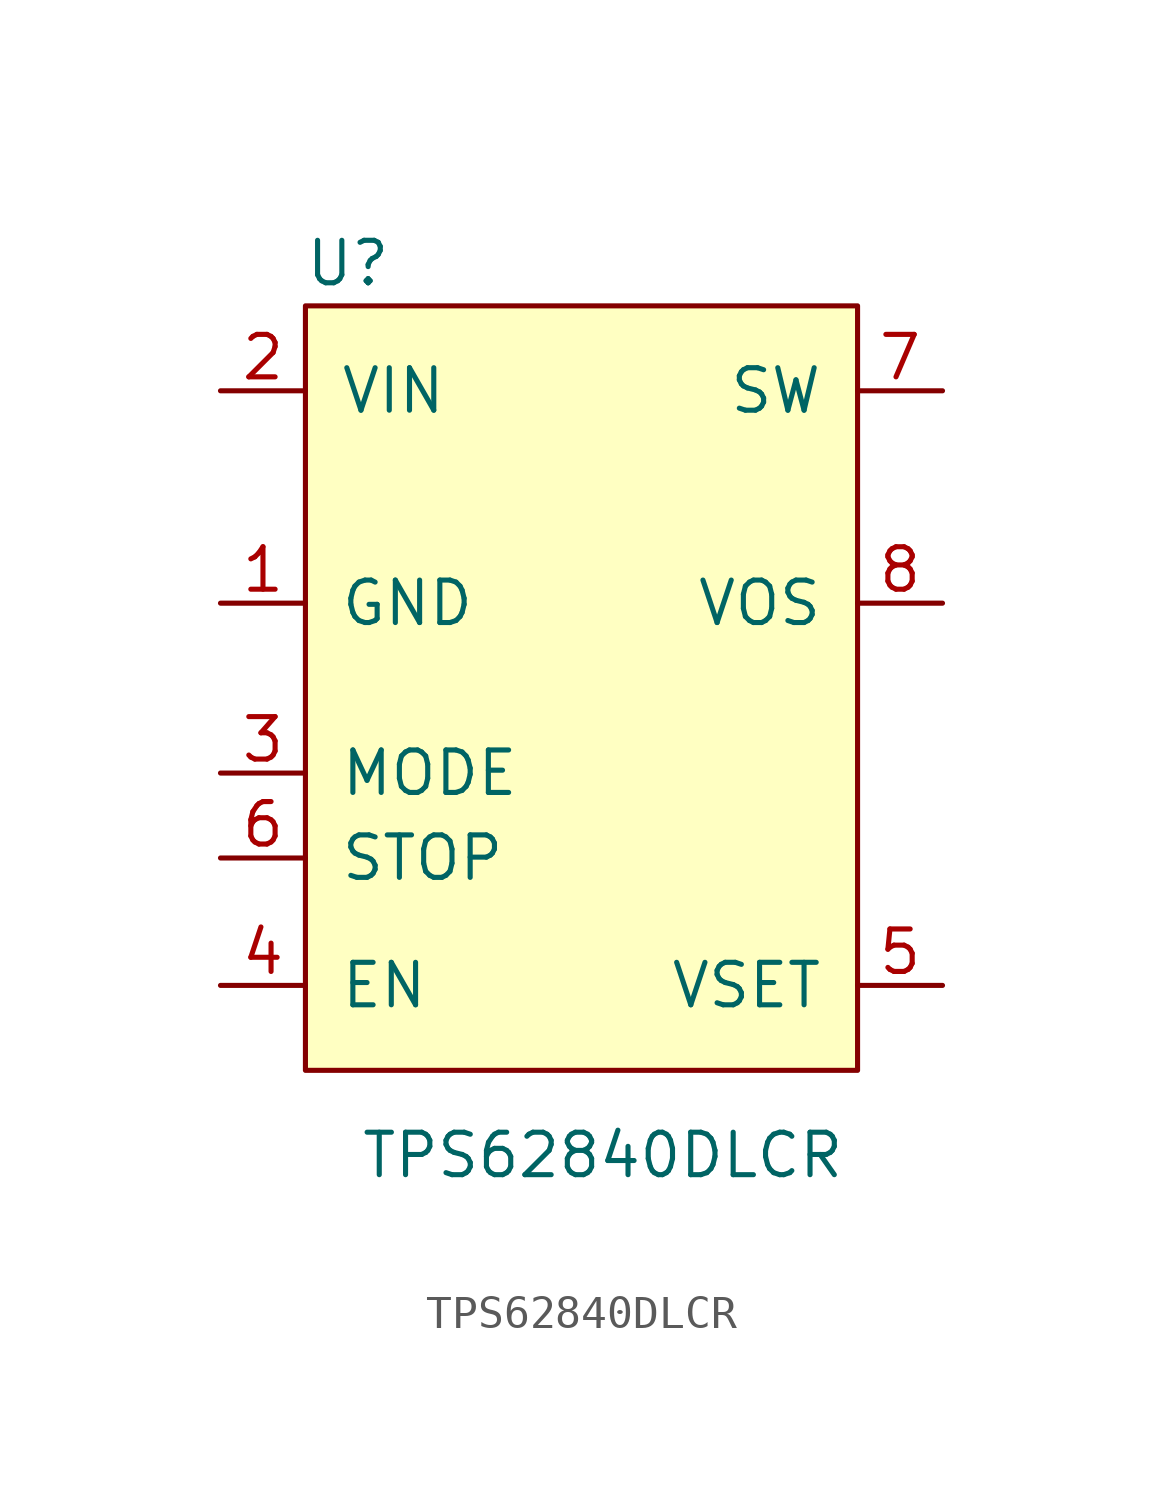
<source format=kicad_sym>
(kicad_symbol_lib
  (version 20211014)
  (generator kicad_symbol_editor)
  (symbol "TPS62840DLCR"
    (pin_names
      (offset 1.016))
    (property "Reference" "U"
      (at -7.62 11.43 0)
      (effects (font (size 1.27 1.27))))
    (property "Value" "TPS62840DLCR"
      (at 0 -15.24 0)
      (effects (font (size 1.27 1.27))))
    (symbol "TPS62840DLCR_0_1"
      (rectangle (start -8.89 10.16) (end 7.62 -12.7) (stroke (width 0) (type default) (color 0 0 0 0)) (fill (type background))))
    (symbol "TPS62840DLCR_1_1"
      (pin input line (at -11.43 1.27 0) (length 2.54) (name "GND" (effects (font (size 1.27 1.27)))) (number "1" (effects (font (size 1.27 1.27)))))
      (pin input line (at -11.43 7.62 0) (length 2.54) (name "VIN" (effects (font (size 1.27 1.27)))) (number "2" (effects (font (size 1.27 1.27)))))
      (pin input line (at -11.43 -3.81 0) (length 2.54) (name "MODE" (effects (font (size 1.27 1.27)))) (number "3" (effects (font (size 1.27 1.27)))))
      (pin input line (at -11.43 -10.16 0) (length 2.54) (name "EN" (effects (font (size 1.27 1.27)))) (number "4" (effects (font (size 1.27 1.27)))))
      (pin input line (at 10.16 -10.16 180) (length 2.54) (name "VSET" (effects (font (size 1.27 1.27)))) (number "5" (effects (font (size 1.27 1.27)))))
      (pin input line (at -11.43 -6.35 0) (length 2.54) (name "STOP" (effects (font (size 1.27 1.27)))) (number "6" (effects (font (size 1.27 1.27)))))
      (pin input line (at 10.16 7.62 180) (length 2.54) (name "SW" (effects (font (size 1.27 1.27)))) (number "7" (effects (font (size 1.27 1.27)))))
      (pin input line (at 10.16 1.27 180) (length 2.54) (name "VOS" (effects (font (size 1.27 1.27)))) (number "8" (effects (font (size 1.27 1.27))))))))
</source>
